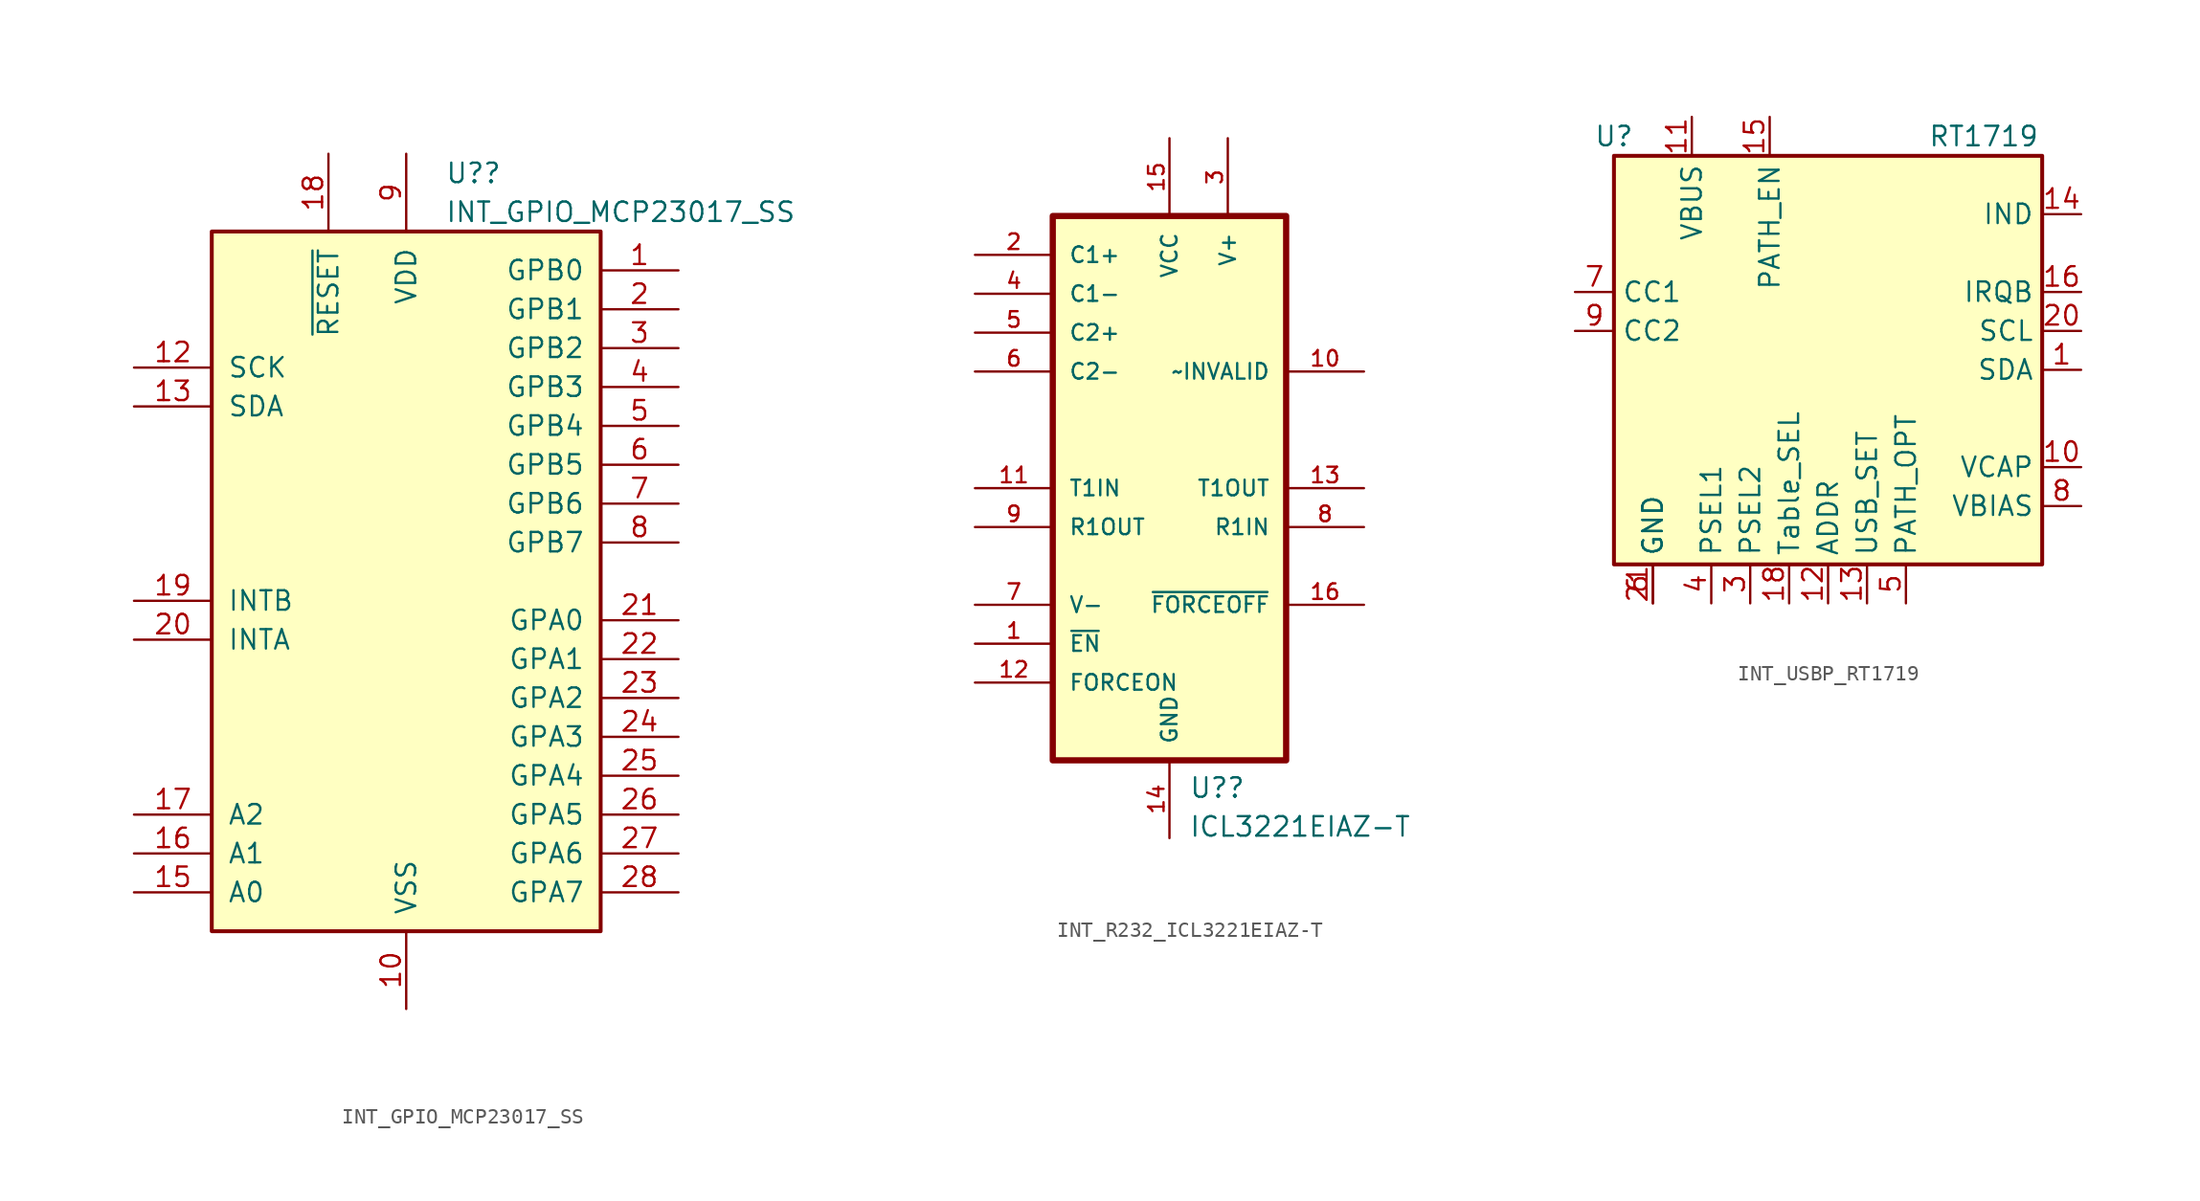
<source format=kicad_sym>
(kicad_symbol_lib
  (version 20231120)
  (generator "kicad_symbol_editor")
  (generator_version "8.0")
  (symbol "INT_GPIO_MCP23017_SS"
    (pin_names
      (offset 1.016))
    (property "Reference" "U?"
      (at 2.54 26.67 0)
      (effects (font (size 1.27 1.27)) (justify left)))
    (property "Value" "INT_GPIO_MCP23017_SS"
      (at 2.54 24.13 0)
      (effects (font (size 1.27 1.27)) (justify left)))
    (symbol "INT_GPIO_MCP23017_SS_0_1"
      (rectangle (start -12.7 22.86) (end 12.7 -22.86) (stroke (width 0.254) (type default)) (fill (type background))))
    (symbol "INT_GPIO_MCP23017_SS_1_1"
      (pin bidirectional line (at 17.78 20.32 180) (length 5.08) (name "GPB0" (effects (font (size 1.27 1.27)))) (number "1" (effects (font (size 1.27 1.27)))))
      (pin power_in line (at 0 -27.94 90) (length 5.08) (name "VSS" (effects (font (size 1.27 1.27)))) (number "10" (effects (font (size 1.27 1.27)))))
      (pin no_connect line (at -12.7 8.89 0) (length 5.08) hide (name "NC" (effects (font (size 1.27 1.27)))) (number "11" (effects (font (size 1.27 1.27)))))
      (pin input line (at -17.78 13.97 0) (length 5.08) (name "SCK" (effects (font (size 1.27 1.27)))) (number "12" (effects (font (size 1.27 1.27)))))
      (pin bidirectional line (at -17.78 11.43 0) (length 5.08) (name "SDA" (effects (font (size 1.27 1.27)))) (number "13" (effects (font (size 1.27 1.27)))))
      (pin no_connect line (at -12.7 6.35 0) (length 5.08) hide (name "NC" (effects (font (size 1.27 1.27)))) (number "14" (effects (font (size 1.27 1.27)))))
      (pin input line (at -17.78 -20.32 0) (length 5.08) (name "A0" (effects (font (size 1.27 1.27)))) (number "15" (effects (font (size 1.27 1.27)))))
      (pin input line (at -17.78 -17.78 0) (length 5.08) (name "A1" (effects (font (size 1.27 1.27)))) (number "16" (effects (font (size 1.27 1.27)))))
      (pin input line (at -17.78 -15.24 0) (length 5.08) (name "A2" (effects (font (size 1.27 1.27)))) (number "17" (effects (font (size 1.27 1.27)))))
      (pin input line (at -5.08 27.94 270) (length 5.08) (name "~{RESET}" (effects (font (size 1.27 1.27)))) (number "18" (effects (font (size 1.27 1.27)))))
      (pin tri_state line (at -17.78 -1.27 0) (length 5.08) (name "INTB" (effects (font (size 1.27 1.27)))) (number "19" (effects (font (size 1.27 1.27)))))
      (pin bidirectional line (at 17.78 17.78 180) (length 5.08) (name "GPB1" (effects (font (size 1.27 1.27)))) (number "2" (effects (font (size 1.27 1.27)))))
      (pin tri_state line (at -17.78 -3.81 0) (length 5.08) (name "INTA" (effects (font (size 1.27 1.27)))) (number "20" (effects (font (size 1.27 1.27)))))
      (pin bidirectional line (at 17.78 -2.54 180) (length 5.08) (name "GPA0" (effects (font (size 1.27 1.27)))) (number "21" (effects (font (size 1.27 1.27)))))
      (pin bidirectional line (at 17.78 -5.08 180) (length 5.08) (name "GPA1" (effects (font (size 1.27 1.27)))) (number "22" (effects (font (size 1.27 1.27)))))
      (pin bidirectional line (at 17.78 -7.62 180) (length 5.08) (name "GPA2" (effects (font (size 1.27 1.27)))) (number "23" (effects (font (size 1.27 1.27)))))
      (pin bidirectional line (at 17.78 -10.16 180) (length 5.08) (name "GPA3" (effects (font (size 1.27 1.27)))) (number "24" (effects (font (size 1.27 1.27)))))
      (pin bidirectional line (at 17.78 -12.7 180) (length 5.08) (name "GPA4" (effects (font (size 1.27 1.27)))) (number "25" (effects (font (size 1.27 1.27)))))
      (pin bidirectional line (at 17.78 -15.24 180) (length 5.08) (name "GPA5" (effects (font (size 1.27 1.27)))) (number "26" (effects (font (size 1.27 1.27)))))
      (pin bidirectional line (at 17.78 -17.78 180) (length 5.08) (name "GPA6" (effects (font (size 1.27 1.27)))) (number "27" (effects (font (size 1.27 1.27)))))
      (pin bidirectional line (at 17.78 -20.32 180) (length 5.08) (name "GPA7" (effects (font (size 1.27 1.27)))) (number "28" (effects (font (size 1.27 1.27)))))
      (pin bidirectional line (at 17.78 15.24 180) (length 5.08) (name "GPB2" (effects (font (size 1.27 1.27)))) (number "3" (effects (font (size 1.27 1.27)))))
      (pin bidirectional line (at 17.78 12.7 180) (length 5.08) (name "GPB3" (effects (font (size 1.27 1.27)))) (number "4" (effects (font (size 1.27 1.27)))))
      (pin bidirectional line (at 17.78 10.16 180) (length 5.08) (name "GPB4" (effects (font (size 1.27 1.27)))) (number "5" (effects (font (size 1.27 1.27)))))
      (pin bidirectional line (at 17.78 7.62 180) (length 5.08) (name "GPB5" (effects (font (size 1.27 1.27)))) (number "6" (effects (font (size 1.27 1.27)))))
      (pin bidirectional line (at 17.78 5.08 180) (length 5.08) (name "GPB6" (effects (font (size 1.27 1.27)))) (number "7" (effects (font (size 1.27 1.27)))))
      (pin bidirectional line (at 17.78 2.54 180) (length 5.08) (name "GPB7" (effects (font (size 1.27 1.27)))) (number "8" (effects (font (size 1.27 1.27)))))
      (pin power_in line (at 0 27.94 270) (length 5.08) (name "VDD" (effects (font (size 1.27 1.27)))) (number "9" (effects (font (size 1.27 1.27)))))))
  (symbol "INT_R232_ICL3221EIAZ-T"
    (pin_names
      (offset 1.016))
    (property "Reference" "U?"
      (at 1.27 -20.32 0)
      (effects (font (size 1.27 1.27)) (justify left bottom)))
    (property "Value" "ICL3221EIAZ-T"
      (at 1.27 -22.86 0)
      (effects (font (size 1.27 1.27)) (justify left bottom)))
    (symbol "INT_R232_ICL3221EIAZ-T_0_0"
      (rectangle (start -7.62 17.78) (end 7.62 -17.78) (stroke (width 0.406) (type default)) (fill (type background)))
      (pin output line (at 12.7 7.62 180) (length 5.08) (name "~INVALID" (effects (font (size 1.016 1.016)))) (number "10" (effects (font (size 1.016 1.016)))))
      (pin input line (at -12.7 0 0) (length 5.08) (name "T1IN" (effects (font (size 1.016 1.016)))) (number "11" (effects (font (size 1.016 1.016)))))
      (pin input line (at -12.7 -12.7 0) (length 5.08) (name "FORCEON" (effects (font (size 1.016 1.016)))) (number "12" (effects (font (size 1.016 1.016)))))
      (pin output line (at 12.7 0 180) (length 5.08) (name "T1OUT" (effects (font (size 1.016 1.016)))) (number "13" (effects (font (size 1.016 1.016)))))
      (pin passive line (at 0 -22.86 90) (length 5.08) (name "GND" (effects (font (size 1.016 1.016)))) (number "14" (effects (font (size 1.016 1.016)))))
      (pin power_in line (at 0 22.86 270) (length 5.08) (name "VCC" (effects (font (size 1.016 1.016)))) (number "15" (effects (font (size 1.016 1.016)))))
      (pin passive line (at -12.7 15.24 0) (length 5.08) (name "C1+" (effects (font (size 1.016 1.016)))) (number "2" (effects (font (size 1.016 1.016)))))
      (pin power_in line (at 3.81 22.86 270) (length 5.08) (name "V+" (effects (font (size 1.016 1.016)))) (number "3" (effects (font (size 1.016 1.016)))))
      (pin passive line (at -12.7 12.7 0) (length 5.08) (name "C1-" (effects (font (size 1.016 1.016)))) (number "4" (effects (font (size 1.016 1.016)))))
      (pin passive line (at -12.7 10.16 0) (length 5.08) (name "C2+" (effects (font (size 1.016 1.016)))) (number "5" (effects (font (size 1.016 1.016)))))
      (pin passive line (at -12.7 7.62 0) (length 5.08) (name "C2-" (effects (font (size 1.016 1.016)))) (number "6" (effects (font (size 1.016 1.016)))))
      (pin power_in line (at -12.7 -7.62 0) (length 5.08) (name "V-" (effects (font (size 1.016 1.016)))) (number "7" (effects (font (size 1.016 1.016)))))
      (pin input line (at 12.7 -2.54 180) (length 5.08) (name "R1IN" (effects (font (size 1.016 1.016)))) (number "8" (effects (font (size 1.016 1.016)))))
      (pin output line (at -12.7 -2.54 0) (length 5.08) (name "R1OUT" (effects (font (size 1.016 1.016)))) (number "9" (effects (font (size 1.016 1.016))))))
    (symbol "INT_R232_ICL3221EIAZ-T_1_0"
      (pin input line (at -12.7 -10.16 0) (length 5.08) (name "~{EN}" (effects (font (size 1.016 1.016)))) (number "1" (effects (font (size 1.016 1.016)))))
      (pin passive line (at 12.7 -7.62 180) (length 5.08) (name "~{FORCEOFF}" (effects (font (size 1.016 1.016)))) (number "16" (effects (font (size 1.016 1.016)))))))
  (symbol "INT_USBP_RT1719"
    (property "Reference" "U"
      (at -13.97 12.7 0)
      (effects (font (size 1.27 1.27))))
    (property "Value" "RT1719"
      (at 10.16 12.7 0)
      (effects (font (size 1.27 1.27))))
    (symbol "INT_USBP_RT1719_0_1"
      (rectangle (start -13.97 11.43) (end 13.97 -15.24) (stroke (width 0.254) (type default)) (fill (type background))))
    (symbol "INT_USBP_RT1719_1_0"
      (pin no_connect line (at 16.51 -13.97 180) (length 2.54) hide (name "NC" (effects (font (size 1.27 1.27)))) (number "17" (effects (font (size 1.27 1.27)))))
      (pin no_connect line (at 16.51 -13.97 180) (length 2.54) hide (name "NC" (effects (font (size 1.27 1.27)))) (number "19" (effects (font (size 1.27 1.27)))))
      (pin no_connect line (at 16.51 -13.97 180) (length 2.54) hide (name "NC" (effects (font (size 1.27 1.27)))) (number "2" (effects (font (size 1.27 1.27))))))
    (symbol "INT_USBP_RT1719_1_1"
      (pin bidirectional line (at 16.51 -2.54 180) (length 2.54) (name "SDA" (effects (font (size 1.27 1.27)))) (number "1" (effects (font (size 1.27 1.27)))))
      (pin bidirectional line (at 16.51 -8.89 180) (length 2.54) (name "VCAP" (effects (font (size 1.27 1.27)))) (number "10" (effects (font (size 1.27 1.27)))))
      (pin power_in line (at -8.89 13.97 270) (length 2.54) (name "VBUS" (effects (font (size 1.27 1.27)))) (number "11" (effects (font (size 1.27 1.27)))))
      (pin bidirectional line (at 0 -17.78 90) (length 2.54) (name "ADDR" (effects (font (size 1.27 1.27)))) (number "12" (effects (font (size 1.27 1.27)))))
      (pin bidirectional line (at 2.54 -17.78 90) (length 2.54) (name "USB_SET" (effects (font (size 1.27 1.27)))) (number "13" (effects (font (size 1.27 1.27)))))
      (pin power_in line (at 16.51 7.62 180) (length 2.54) (name "IND" (effects (font (size 1.27 1.27)))) (number "14" (effects (font (size 1.27 1.27)))))
      (pin open_collector line (at -3.81 13.97 270) (length 2.54) (name "PATH_EN" (effects (font (size 1.27 1.27)))) (number "15" (effects (font (size 1.27 1.27)))))
      (pin bidirectional line (at 16.51 2.54 180) (length 2.54) (name "IRQB" (effects (font (size 1.27 1.27)))) (number "16" (effects (font (size 1.27 1.27)))))
      (pin bidirectional line (at -2.54 -17.78 90) (length 2.54) (name "Table_SEL" (effects (font (size 1.27 1.27)))) (number "18" (effects (font (size 1.27 1.27)))))
      (pin bidirectional line (at 16.51 0 180) (length 2.54) (name "SCL" (effects (font (size 1.27 1.27)))) (number "20" (effects (font (size 1.27 1.27)))))
      (pin power_in line (at -11.43 -17.78 90) (length 2.54) (name "GND" (effects (font (size 1.27 1.27)))) (number "21" (effects (font (size 1.27 1.27)))))
      (pin bidirectional line (at -5.08 -17.78 90) (length 2.54) (name "PSEL2" (effects (font (size 1.27 1.27)))) (number "3" (effects (font (size 1.27 1.27)))))
      (pin bidirectional line (at -7.62 -17.78 90) (length 2.54) (name "PSEL1" (effects (font (size 1.27 1.27)))) (number "4" (effects (font (size 1.27 1.27)))))
      (pin bidirectional line (at 5.08 -17.78 90) (length 2.54) (name "PATH_OPT" (effects (font (size 1.27 1.27)))) (number "5" (effects (font (size 1.27 1.27)))))
      (pin power_in line (at -11.43 -17.78 90) (length 2.54) (name "GND" (effects (font (size 1.27 1.27)))) (number "6" (effects (font (size 1.27 1.27)))))
      (pin bidirectional line (at -16.51 2.54 0) (length 2.54) (name "CC1" (effects (font (size 1.27 1.27)))) (number "7" (effects (font (size 1.27 1.27)))))
      (pin bidirectional line (at 16.51 -11.43 180) (length 2.54) (name "VBIAS" (effects (font (size 1.27 1.27)))) (number "8" (effects (font (size 1.27 1.27)))))
      (pin bidirectional line (at -16.51 0 0) (length 2.54) (name "CC2" (effects (font (size 1.27 1.27)))) (number "9" (effects (font (size 1.27 1.27))))))))
</source>
